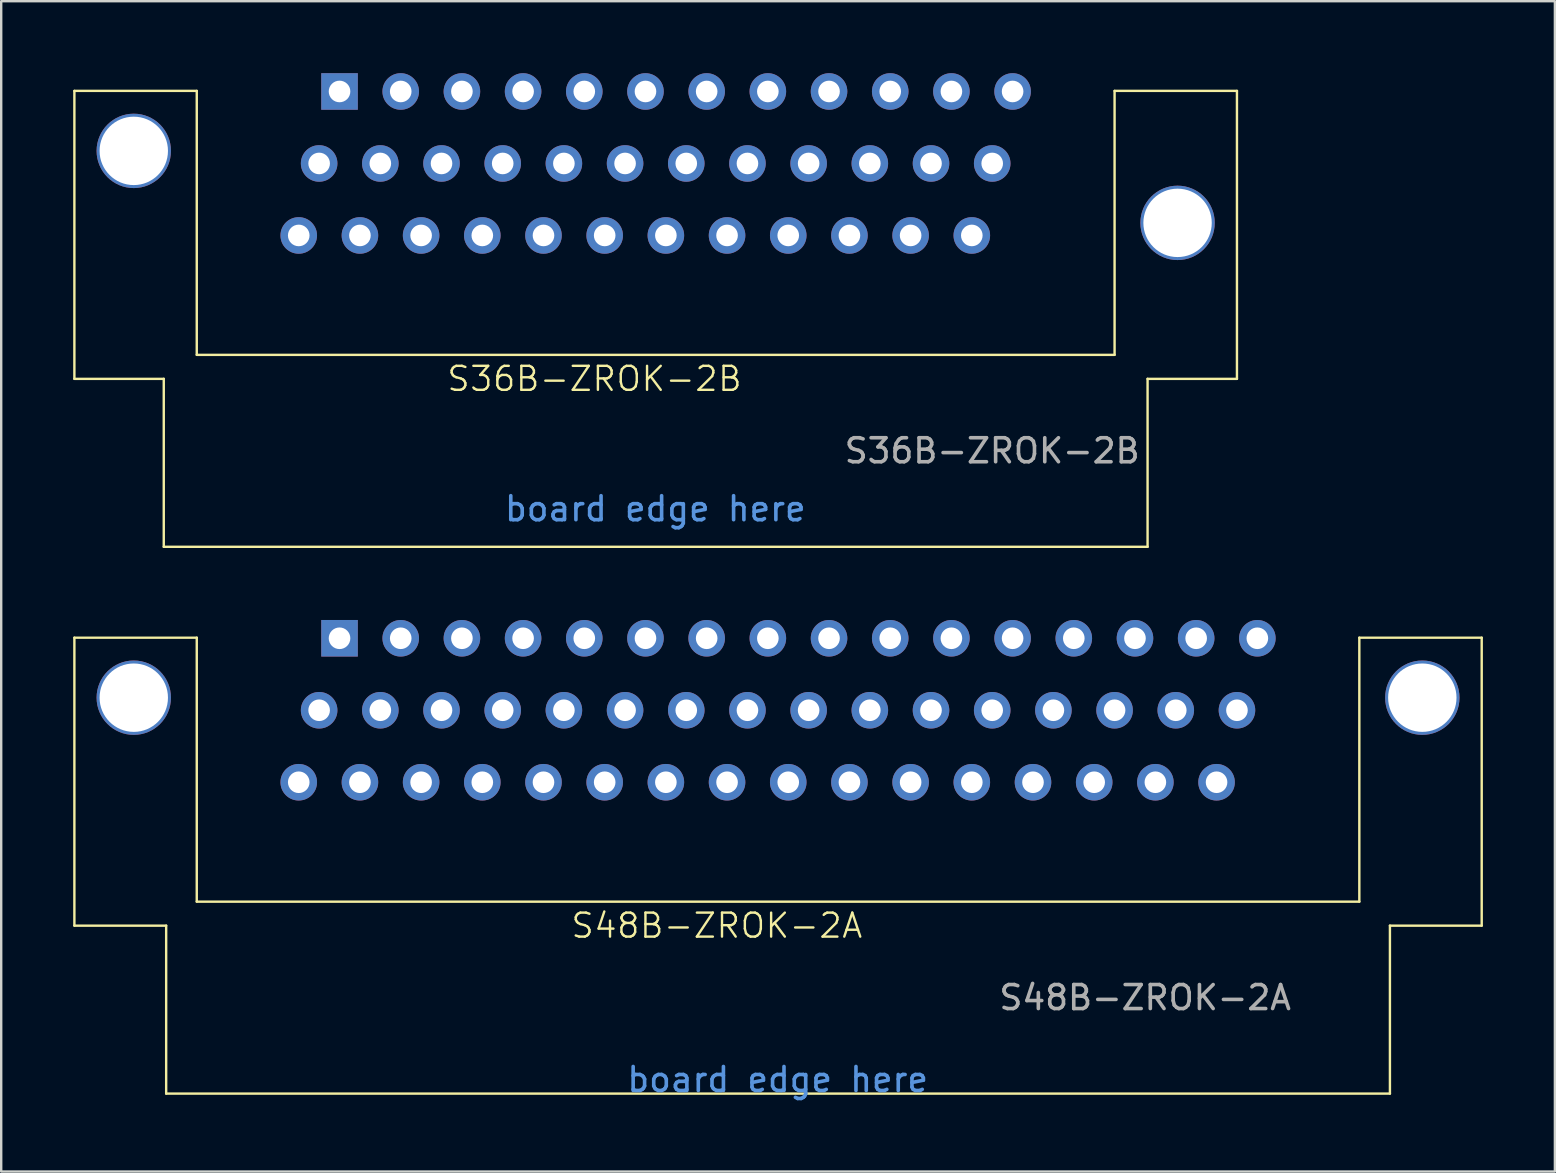
<source format=kicad_pcb>
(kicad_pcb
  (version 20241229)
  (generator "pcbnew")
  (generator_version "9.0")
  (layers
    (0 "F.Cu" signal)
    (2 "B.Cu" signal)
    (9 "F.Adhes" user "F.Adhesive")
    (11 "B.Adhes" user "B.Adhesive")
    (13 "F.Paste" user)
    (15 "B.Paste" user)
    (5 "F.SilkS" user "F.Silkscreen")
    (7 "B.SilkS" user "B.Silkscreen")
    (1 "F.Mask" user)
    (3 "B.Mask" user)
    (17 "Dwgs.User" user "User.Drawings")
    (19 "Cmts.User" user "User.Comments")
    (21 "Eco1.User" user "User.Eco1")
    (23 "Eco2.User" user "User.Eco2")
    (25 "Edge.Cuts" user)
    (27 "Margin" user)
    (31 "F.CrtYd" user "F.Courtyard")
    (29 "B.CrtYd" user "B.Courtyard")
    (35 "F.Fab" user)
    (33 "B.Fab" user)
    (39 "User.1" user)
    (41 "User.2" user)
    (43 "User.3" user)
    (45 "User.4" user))
  (footprint "S48B-ZROK-2A"
    (layer "F.Cu")
    (at 29.375 26.526)
    (property "Reference" "S48B-ZROK-2A" (at -2.55 9 0) (unlocked yes) (layer "F.SilkS") (effects (font (size 1 1) (thickness 0.1))))
    (attr through_hole)
    (fp_line (start -29.325 -3) (end -29.325 9) (stroke (width 0.1) (type default)) (layer "F.SilkS"))
    (fp_line (start -29.325 9) (end -25.5 9) (stroke (width 0.1) (type default)) (layer "F.SilkS"))
    (fp_line (start -25.5 9) (end -25.5 16) (stroke (width 0.1) (type default)) (layer "F.SilkS"))
    (fp_line (start -25.5 16) (end 25.5 16) (stroke (width 0.1) (type default)) (layer "F.SilkS"))
    (fp_line (start -24.225 -3) (end -29.325 -3) (stroke (width 0.1) (type default)) (layer "F.SilkS"))
    (fp_line (start -24.225 8) (end -24.225 -3) (stroke (width 0.1) (type default)) (layer "F.SilkS"))
    (fp_line (start 24.225 -3) (end 24.225 8) (stroke (width 0.1) (type default)) (layer "F.SilkS"))
    (fp_line (start 24.225 8) (end -24.225 8) (stroke (width 0.1) (type default)) (layer "F.SilkS"))
    (fp_line (start 25.5 9) (end 25.5 16) (stroke (width 0.1) (type default)) (layer "F.SilkS"))
    (fp_line (start 25.5 9) (end 29.325 9) (stroke (width 0.1) (type default)) (layer "F.SilkS"))
    (fp_line (start 29.325 -3) (end 24.225 -3) (stroke (width 0.1) (type default)) (layer "F.SilkS"))
    (fp_line (start 29.325 9) (end 29.325 -3) (stroke (width 0.1) (type default)) (layer "F.SilkS"))
    (fp_text user "board edge here" (at -6.375 16 0) (unlocked yes) (layer "Cmts.User") (effects (font (size 1 1) (thickness 0.15)) (justify left bottom)))
    (fp_text user "${REFERENCE}" (at 15.3 12 0) (unlocked yes) (layer "F.Fab") (effects (font (size 1 1) (thickness 0.15))))
    (pad "" np_thru_hole circle (at -26.85 -0.5) (size 3.1 3.1) (drill 2.85) (layers "*.Cu" "*.Mask"))
    (pad "" np_thru_hole circle (at 26.85 -0.5) (size 3.1 3.1) (drill 2.85) (layers "*.Cu" "*.Mask"))
    (pad "1" thru_hole rect (at -18.275 -2.976) (size 1.524 1.524) (drill 0.9) (layers "*.Cu" "*.Mask"))
    (pad "2" thru_hole circle (at -15.725 -2.976) (size 1.524 1.524) (drill 0.9) (layers "*.Cu" "*.Mask"))
    (pad "3" thru_hole circle (at -13.175 -2.976) (size 1.524 1.524) (drill 0.9) (layers "*.Cu" "*.Mask"))
    (pad "4" thru_hole circle (at -10.625 -2.976) (size 1.524 1.524) (drill 0.9) (layers "*.Cu" "*.Mask"))
    (pad "5" thru_hole circle (at -8.075 -2.976) (size 1.524 1.524) (drill 0.9) (layers "*.Cu" "*.Mask"))
    (pad "6" thru_hole circle (at -5.525 -2.976) (size 1.524 1.524) (drill 0.9) (layers "*.Cu" "*.Mask"))
    (pad "7" thru_hole circle (at -2.975 -2.976) (size 1.524 1.524) (drill 0.9) (layers "*.Cu" "*.Mask"))
    (pad "8" thru_hole circle (at -0.425 -2.976) (size 1.524 1.524) (drill 0.9) (layers "*.Cu" "*.Mask"))
    (pad "9" thru_hole circle (at 2.125 -2.976) (size 1.524 1.524) (drill 0.9) (layers "*.Cu" "*.Mask"))
    (pad "10" thru_hole circle (at 4.675 -2.976) (size 1.524 1.524) (drill 0.9) (layers "*.Cu" "*.Mask"))
    (pad "11" thru_hole circle (at 7.225 -2.976) (size 1.524 1.524) (drill 0.9) (layers "*.Cu" "*.Mask"))
    (pad "12" thru_hole circle (at 9.775 -2.976) (size 1.524 1.524) (drill 0.9) (layers "*.Cu" "*.Mask"))
    (pad "13" thru_hole circle (at 12.325 -2.976) (size 1.524 1.524) (drill 0.9) (layers "*.Cu" "*.Mask"))
    (pad "14" thru_hole circle (at 14.875 -2.976) (size 1.524 1.524) (drill 0.9) (layers "*.Cu" "*.Mask"))
    (pad "15" thru_hole circle (at 17.425 -2.976) (size 1.524 1.524) (drill 0.9) (layers "*.Cu" "*.Mask"))
    (pad "16" thru_hole circle (at 19.975 -2.976) (size 1.524 1.524) (drill 0.9) (layers "*.Cu" "*.Mask"))
    (pad "17" thru_hole circle (at -19.125 0.024) (size 1.524 1.524) (drill 0.9) (layers "*.Cu" "*.Mask"))
    (pad "18" thru_hole circle (at -16.575 0.024) (size 1.524 1.524) (drill 0.9) (layers "*.Cu" "*.Mask"))
    (pad "19" thru_hole circle (at -14.025 0.024) (size 1.524 1.524) (drill 0.9) (layers "*.Cu" "*.Mask"))
    (pad "20" thru_hole circle (at -11.475 0.024) (size 1.524 1.524) (drill 0.9) (layers "*.Cu" "*.Mask"))
    (pad "21" thru_hole circle (at -8.925 0.024) (size 1.524 1.524) (drill 0.9) (layers "*.Cu" "*.Mask"))
    (pad "22" thru_hole circle (at -6.375 0.024) (size 1.524 1.524) (drill 0.9) (layers "*.Cu" "*.Mask"))
    (pad "23" thru_hole circle (at -3.825 0.024) (size 1.524 1.524) (drill 0.9) (layers "*.Cu" "*.Mask"))
    (pad "24" thru_hole circle (at -1.275 0.024) (size 1.524 1.524) (drill 0.9) (layers "*.Cu" "*.Mask"))
    (pad "25" thru_hole circle (at 1.275 0.024) (size 1.524 1.524) (drill 0.9) (layers "*.Cu" "*.Mask"))
    (pad "26" thru_hole circle (at 3.825 0.024) (size 1.524 1.524) (drill 0.9) (layers "*.Cu" "*.Mask"))
    (pad "27" thru_hole circle (at 6.375 0.024) (size 1.524 1.524) (drill 0.9) (layers "*.Cu" "*.Mask"))
    (pad "28" thru_hole circle (at 8.925 0.024) (size 1.524 1.524) (drill 0.9) (layers "*.Cu" "*.Mask"))
    (pad "29" thru_hole circle (at 11.475 0.024) (size 1.524 1.524) (drill 0.9) (layers "*.Cu" "*.Mask"))
    (pad "30" thru_hole circle (at 14.025 0.024) (size 1.524 1.524) (drill 0.9) (layers "*.Cu" "*.Mask"))
    (pad "31" thru_hole circle (at 16.575 0.024) (size 1.524 1.524) (drill 0.9) (layers "*.Cu" "*.Mask"))
    (pad "32" thru_hole circle (at 19.125 0.024) (size 1.524 1.524) (drill 0.9) (layers "*.Cu" "*.Mask"))
    (pad "33" thru_hole circle (at -19.975 3.024) (size 1.524 1.524) (drill 0.9) (layers "*.Cu" "*.Mask"))
    (pad "34" thru_hole circle (at -17.425 3.024) (size 1.524 1.524) (drill 0.9) (layers "*.Cu" "*.Mask"))
    (pad "35" thru_hole circle (at -14.875 3.024) (size 1.524 1.524) (drill 0.9) (layers "*.Cu" "*.Mask"))
    (pad "36" thru_hole circle (at -12.325 3.024) (size 1.524 1.524) (drill 0.9) (layers "*.Cu" "*.Mask"))
    (pad "37" thru_hole circle (at -9.775 3.024) (size 1.524 1.524) (drill 0.9) (layers "*.Cu" "*.Mask"))
    (pad "38" thru_hole circle (at -7.225 3.024) (size 1.524 1.524) (drill 0.9) (layers "*.Cu" "*.Mask"))
    (pad "39" thru_hole circle (at -4.675 3.024) (size 1.524 1.524) (drill 0.9) (layers "*.Cu" "*.Mask"))
    (pad "40" thru_hole circle (at -2.125 3.024) (size 1.524 1.524) (drill 0.9) (layers "*.Cu" "*.Mask"))
    (pad "41" thru_hole circle (at 0.425 3.024) (size 1.524 1.524) (drill 0.9) (layers "*.Cu" "*.Mask"))
    (pad "42" thru_hole circle (at 2.975 3.024) (size 1.524 1.524) (drill 0.9) (layers "*.Cu" "*.Mask"))
    (pad "43" thru_hole circle (at 5.525 3.024) (size 1.524 1.524) (drill 0.9) (layers "*.Cu" "*.Mask"))
    (pad "44" thru_hole circle (at 8.075 3.024) (size 1.524 1.524) (drill 0.9) (layers "*.Cu" "*.Mask"))
    (pad "45" thru_hole circle (at 10.625 3.024) (size 1.524 1.524) (drill 0.9) (layers "*.Cu" "*.Mask"))
    (pad "46" thru_hole circle (at 13.175 3.024) (size 1.524 1.524) (drill 0.9) (layers "*.Cu" "*.Mask"))
    (pad "47" thru_hole circle (at 15.725 3.024) (size 1.524 1.524) (drill 0.9) (layers "*.Cu" "*.Mask"))
    (pad "48" thru_hole circle (at 18.275 3.024) (size 1.524 1.524) (drill 0.9) (layers "*.Cu" "*.Mask")))
  (footprint "S36B-ZROK-2B"
    (layer "F.Cu")
    (at 24.275 3.738)
    (property "Reference" "S36B-ZROK-2B" (at -2.55 9 0) (unlocked yes) (layer "F.SilkS") (effects (font (size 1 1) (thickness 0.1))))
    (attr through_hole)
    (fp_line (start -24.225 -3) (end -24.225 9) (stroke (width 0.1) (type default)) (layer "F.SilkS"))
    (fp_line (start -24.225 9) (end -20.5 9) (stroke (width 0.1) (type default)) (layer "F.SilkS"))
    (fp_line (start -20.5 9) (end -20.5 16) (stroke (width 0.1) (type default)) (layer "F.SilkS"))
    (fp_line (start -20.5 16) (end 20.5 16) (stroke (width 0.1) (type default)) (layer "F.SilkS"))
    (fp_line (start -19.125 -3) (end -24.225 -3) (stroke (width 0.1) (type default)) (layer "F.SilkS"))
    (fp_line (start -19.125 8) (end -19.125 -3) (stroke (width 0.1) (type default)) (layer "F.SilkS"))
    (fp_line (start 19.125 -3) (end 19.125 8) (stroke (width 0.1) (type default)) (layer "F.SilkS"))
    (fp_line (start 19.125 8) (end -19.125 8) (stroke (width 0.1) (type default)) (layer "F.SilkS"))
    (fp_line (start 20.5 9) (end 20.5 16) (stroke (width 0.1) (type default)) (layer "F.SilkS"))
    (fp_line (start 20.5 9) (end 24.225 9) (stroke (width 0.1) (type default)) (layer "F.SilkS"))
    (fp_line (start 24.225 -3) (end 19.125 -3) (stroke (width 0.1) (type default)) (layer "F.SilkS"))
    (fp_line (start 24.225 9) (end 24.225 -3) (stroke (width 0.1) (type default)) (layer "F.SilkS"))
    (fp_text user "board edge here" (at -6.375 15 0) (unlocked yes) (layer "Cmts.User") (effects (font (size 1 1) (thickness 0.15)) (justify left bottom)))
    (fp_text user "${REFERENCE}" (at 14.025 12 0) (unlocked yes) (layer "F.Fab") (effects (font (size 1 1) (thickness 0.15))))
    (pad "" np_thru_hole circle (at -21.75 -0.5) (size 3.1 3.1) (drill 2.85) (layers "*.Cu" "*.Mask"))
    (pad "" np_thru_hole circle (at 21.75 2.5) (size 3.1 3.1) (drill 2.85) (layers "*.Cu" "*.Mask"))
    (pad "1" thru_hole rect (at -13.175 -2.976) (size 1.524 1.524) (drill 0.9) (layers "*.Cu" "*.Mask"))
    (pad "2" thru_hole circle (at -10.625 -2.976) (size 1.524 1.524) (drill 0.9) (layers "*.Cu" "*.Mask"))
    (pad "3" thru_hole circle (at -8.075 -2.976) (size 1.524 1.524) (drill 0.9) (layers "*.Cu" "*.Mask"))
    (pad "4" thru_hole circle (at -5.525 -2.976) (size 1.524 1.524) (drill 0.9) (layers "*.Cu" "*.Mask"))
    (pad "5" thru_hole circle (at -2.975 -2.976) (size 1.524 1.524) (drill 0.9) (layers "*.Cu" "*.Mask"))
    (pad "6" thru_hole circle (at -0.425 -2.976) (size 1.524 1.524) (drill 0.9) (layers "*.Cu" "*.Mask"))
    (pad "7" thru_hole circle (at 2.125 -2.976) (size 1.524 1.524) (drill 0.9) (layers "*.Cu" "*.Mask"))
    (pad "8" thru_hole circle (at 4.675 -2.976) (size 1.524 1.524) (drill 0.9) (layers "*.Cu" "*.Mask"))
    (pad "9" thru_hole circle (at 7.225 -2.976) (size 1.524 1.524) (drill 0.9) (layers "*.Cu" "*.Mask"))
    (pad "10" thru_hole circle (at 9.775 -2.976) (size 1.524 1.524) (drill 0.9) (layers "*.Cu" "*.Mask"))
    (pad "11" thru_hole circle (at 12.325 -2.976) (size 1.524 1.524) (drill 0.9) (layers "*.Cu" "*.Mask"))
    (pad "12" thru_hole circle (at 14.875 -2.976) (size 1.524 1.524) (drill 0.9) (layers "*.Cu" "*.Mask"))
    (pad "13" thru_hole circle (at -14.025 0.024) (size 1.524 1.524) (drill 0.9) (layers "*.Cu" "*.Mask"))
    (pad "14" thru_hole circle (at -11.475 0.024) (size 1.524 1.524) (drill 0.9) (layers "*.Cu" "*.Mask"))
    (pad "15" thru_hole circle (at -8.925 0.024) (size 1.524 1.524) (drill 0.9) (layers "*.Cu" "*.Mask"))
    (pad "16" thru_hole circle (at -6.375 0.024) (size 1.524 1.524) (drill 0.9) (layers "*.Cu" "*.Mask"))
    (pad "17" thru_hole circle (at -3.825 0.024) (size 1.524 1.524) (drill 0.9) (layers "*.Cu" "*.Mask"))
    (pad "18" thru_hole circle (at -1.275 0.024) (size 1.524 1.524) (drill 0.9) (layers "*.Cu" "*.Mask"))
    (pad "19" thru_hole circle (at 1.275 0.024) (size 1.524 1.524) (drill 0.9) (layers "*.Cu" "*.Mask"))
    (pad "20" thru_hole circle (at 3.825 0.024) (size 1.524 1.524) (drill 0.9) (layers "*.Cu" "*.Mask"))
    (pad "21" thru_hole circle (at 6.375 0.024) (size 1.524 1.524) (drill 0.9) (layers "*.Cu" "*.Mask"))
    (pad "22" thru_hole circle (at 8.925 0.024) (size 1.524 1.524) (drill 0.9) (layers "*.Cu" "*.Mask"))
    (pad "23" thru_hole circle (at 11.475 0.024) (size 1.524 1.524) (drill 0.9) (layers "*.Cu" "*.Mask"))
    (pad "24" thru_hole circle (at 14.025 0.024) (size 1.524 1.524) (drill 0.9) (layers "*.Cu" "*.Mask"))
    (pad "25" thru_hole circle (at -14.875 3.024) (size 1.524 1.524) (drill 0.9) (layers "*.Cu" "*.Mask"))
    (pad "26" thru_hole circle (at -12.325 3.024) (size 1.524 1.524) (drill 0.9) (layers "*.Cu" "*.Mask"))
    (pad "27" thru_hole circle (at -9.775 3.024) (size 1.524 1.524) (drill 0.9) (layers "*.Cu" "*.Mask"))
    (pad "28" thru_hole circle (at -7.225 3.024) (size 1.524 1.524) (drill 0.9) (layers "*.Cu" "*.Mask"))
    (pad "29" thru_hole circle (at -4.675 3.024) (size 1.524 1.524) (drill 0.9) (layers "*.Cu" "*.Mask"))
    (pad "30" thru_hole circle (at -2.125 3.024) (size 1.524 1.524) (drill 0.9) (layers "*.Cu" "*.Mask"))
    (pad "31" thru_hole circle (at 0.425 3.024) (size 1.524 1.524) (drill 0.9) (layers "*.Cu" "*.Mask"))
    (pad "32" thru_hole circle (at 2.975 3.024) (size 1.524 1.524) (drill 0.9) (layers "*.Cu" "*.Mask"))
    (pad "33" thru_hole circle (at 5.525 3.024) (size 1.524 1.524) (drill 0.9) (layers "*.Cu" "*.Mask"))
    (pad "34" thru_hole circle (at 8.075 3.024) (size 1.524 1.524) (drill 0.9) (layers "*.Cu" "*.Mask"))
    (pad "35" thru_hole circle (at 10.625 3.024) (size 1.524 1.524) (drill 0.9) (layers "*.Cu" "*.Mask"))
    (pad "36" thru_hole circle (at 13.175 3.024) (size 1.524 1.524) (drill 0.9) (layers "*.Cu" "*.Mask")))
  (gr_rect
    (start -3 -3)
    (end 61.75 45.773)
    (stroke (width 0.1) (type default))
    (fill no)
    (layer "Edge.Cuts")))
</source>
